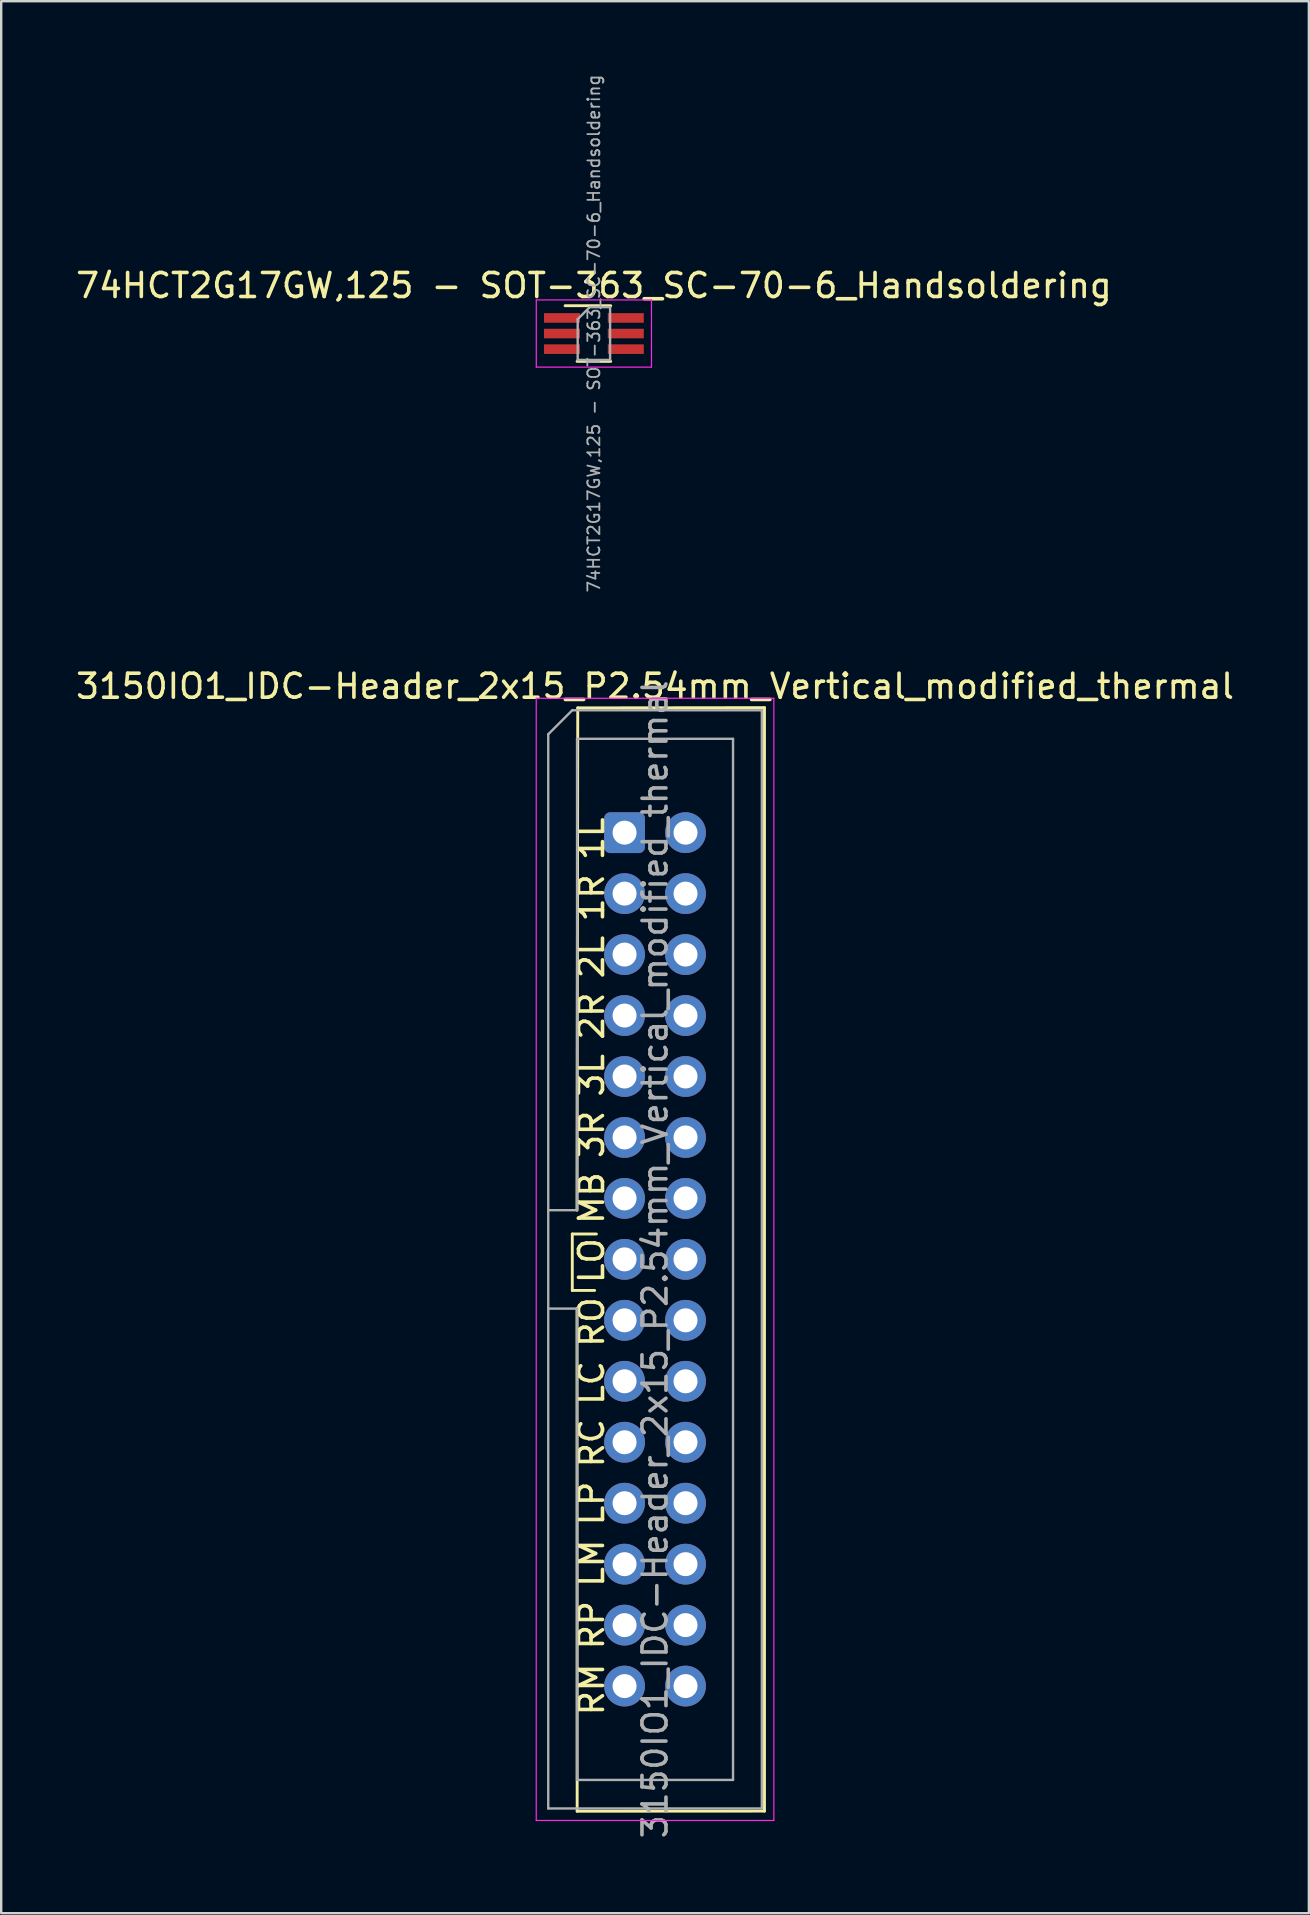
<source format=kicad_pcb>
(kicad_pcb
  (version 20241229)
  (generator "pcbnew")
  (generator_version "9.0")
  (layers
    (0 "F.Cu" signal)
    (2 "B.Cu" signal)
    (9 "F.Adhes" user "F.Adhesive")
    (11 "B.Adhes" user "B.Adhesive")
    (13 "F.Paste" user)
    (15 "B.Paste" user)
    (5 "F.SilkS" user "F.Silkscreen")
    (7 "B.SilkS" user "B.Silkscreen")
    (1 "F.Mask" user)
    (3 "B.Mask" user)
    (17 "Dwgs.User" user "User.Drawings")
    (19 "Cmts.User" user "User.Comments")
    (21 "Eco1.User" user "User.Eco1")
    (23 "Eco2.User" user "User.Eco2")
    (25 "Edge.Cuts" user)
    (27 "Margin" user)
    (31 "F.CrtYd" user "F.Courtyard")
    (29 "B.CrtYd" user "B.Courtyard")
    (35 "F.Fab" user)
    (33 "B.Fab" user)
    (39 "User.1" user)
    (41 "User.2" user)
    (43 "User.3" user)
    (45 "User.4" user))
  (footprint "3150IO1_IDC-Header_2x15_P2.54mm_Vertical_modified_thermal"
    (layer "F.Cu")
    (at 22.974 31.645)
    (property "Reference" "3150IO1_IDC-Header_2x15_P2.54mm_Vertical_modified_thermal" (at 1.27 -6.1 0) (layer "F.SilkS") (effects (font (size 1 1) (thickness 0.15))))
    (attr through_hole)
    (fp_line (start -2.178 16.723) (end -1.173 16.723) (stroke (width 0.12) (type solid)) (layer "F.SilkS"))
    (fp_line (start -2.178 19.075) (end -2.178 16.723) (stroke (width 0.12) (type solid)) (layer "F.SilkS"))
    (fp_line (start -1.98 15.73) (end -1.95 -5.2) (stroke (width 0.12) (type solid)) (layer "F.SilkS"))
    (fp_line (start -1.98 19.83) (end -1.98 19.83) (stroke (width 0.12) (type solid)) (layer "F.SilkS"))
    (fp_line (start -1.975 40.775) (end -1.98 19.83) (stroke (width 0.12) (type solid)) (layer "F.SilkS"))
    (fp_line (start -1.95 -5.2) (end 5.83 -5.21) (stroke (width 0.12) (type solid)) (layer "F.SilkS"))
    (fp_line (start -1.248 19.075) (end -2.178 19.075) (stroke (width 0.12) (type solid)) (layer "F.SilkS"))
    (fp_line (start 5.83 -5.21) (end 5.83 40.77) (stroke (width 0.12) (type solid)) (layer "F.SilkS"))
    (fp_line (start 5.83 40.77) (end -1.975 40.775) (stroke (width 0.12) (type solid)) (layer "F.SilkS"))
    (fp_line (start -3.68 -5.6) (end -3.68 41.16) (stroke (width 0.05) (type solid)) (layer "F.CrtYd"))
    (fp_line (start -3.68 41.16) (end 6.22 41.16) (stroke (width 0.05) (type solid)) (layer "F.CrtYd"))
    (fp_line (start 6.22 -5.6) (end -3.68 -5.6) (stroke (width 0.05) (type solid)) (layer "F.CrtYd"))
    (fp_line (start 6.22 41.16) (end 6.22 -5.6) (stroke (width 0.05) (type solid)) (layer "F.CrtYd"))
    (fp_line (start -3.18 -4.1) (end -2.18 -5.1) (stroke (width 0.1) (type solid)) (layer "F.Fab"))
    (fp_line (start -3.18 15.73) (end -1.98 15.73) (stroke (width 0.1) (type solid)) (layer "F.Fab"))
    (fp_line (start -3.18 40.66) (end -3.18 -4.1) (stroke (width 0.1) (type solid)) (layer "F.Fab"))
    (fp_line (start -2.18 -5.1) (end 5.72 -5.1) (stroke (width 0.1) (type solid)) (layer "F.Fab"))
    (fp_line (start -1.98 -3.91) (end 4.52 -3.91) (stroke (width 0.1) (type solid)) (layer "F.Fab"))
    (fp_line (start -1.98 15.73) (end -1.98 -3.91) (stroke (width 0.1) (type solid)) (layer "F.Fab"))
    (fp_line (start -1.98 19.83) (end -3.18 19.83) (stroke (width 0.1) (type solid)) (layer "F.Fab"))
    (fp_line (start -1.98 19.83) (end -1.98 19.83) (stroke (width 0.1) (type solid)) (layer "F.Fab"))
    (fp_line (start -1.98 39.47) (end -1.98 19.83) (stroke (width 0.1) (type solid)) (layer "F.Fab"))
    (fp_line (start 4.52 -3.91) (end 4.52 39.47) (stroke (width 0.1) (type solid)) (layer "F.Fab"))
    (fp_line (start 4.52 39.47) (end -1.98 39.47) (stroke (width 0.1) (type solid)) (layer "F.Fab"))
    (fp_line (start 5.72 -5.1) (end 5.72 40.66) (stroke (width 0.1) (type solid)) (layer "F.Fab"))
    (fp_line (start 5.72 40.66) (end -3.18 40.66) (stroke (width 0.1) (type solid)) (layer "F.Fab"))
    (fp_text user "RO" (at -1.375 20.393 90) (unlocked yes) (layer "F.SilkS") (effects (font (size 1 1) (thickness 0.15))))
    (fp_text user "LP" (at -1.375 27.951 90) (unlocked yes) (layer "F.SilkS") (effects (font (size 1 1) (thickness 0.15))))
    (fp_text user "LM" (at -1.375 30.439 90) (unlocked yes) (layer "F.SilkS") (effects (font (size 1 1) (thickness 0.15))))
    (fp_text user "2R" (at -1.375 7.645 90) (unlocked yes) (layer "F.SilkS") (effects (font (size 1 1) (thickness 0.15))))
    (fp_text user "LO" (at -1.375 17.834 90) (unlocked yes) (layer "F.SilkS") (effects (font (size 1 1) (thickness 0.15))))
    (fp_text user "3L" (at -1.375 10.109 90) (unlocked yes) (layer "F.SilkS") (effects (font (size 1 1) (thickness 0.15))))
    (fp_text user "RM" (at -1.375 35.7 90) (unlocked yes) (layer "F.SilkS") (effects (font (size 1 1) (thickness 0.15))))
    (fp_text user "MB" (at -1.375 15.227 90) (unlocked yes) (layer "F.SilkS") (effects (font (size 1 1) (thickness 0.15))))
    (fp_text user "RC" (at -1.375 25.44 90) (unlocked yes) (layer "F.SilkS") (effects (font (size 1 1) (thickness 0.15))))
    (fp_text user "LC" (at -1.375 22.928 90) (unlocked yes) (layer "F.SilkS") (effects (font (size 1 1) (thickness 0.15))))
    (fp_text user "RP" (at -1.375 33.022 90) (unlocked yes) (layer "F.SilkS") (effects (font (size 1 1) (thickness 0.15))))
    (fp_text user "1L" (at -1.375 0.254 90) (unlocked yes) (layer "F.SilkS") (effects (font (size 1 1) (thickness 0.15))))
    (fp_text user "1R" (at -1.375 2.718 90) (unlocked yes) (layer "F.SilkS") (effects (font (size 1 1) (thickness 0.15))))
    (fp_text user "3R" (at -1.375 12.573 90) (unlocked yes) (layer "F.SilkS") (effects (font (size 1 1) (thickness 0.15))))
    (fp_text user "2L" (at -1.375 5.181 90) (unlocked yes) (layer "F.SilkS") (effects (font (size 1 1) (thickness 0.15))))
    (fp_text user "${REFERENCE}" (at 1.27 17.78 90) (layer "F.Fab") (effects (font (size 1 1) (thickness 0.15))))
    (pad "1" thru_hole roundrect (at 0 0) (size 1.7 1.7) (drill 1) (layers "*.Cu" "*.Mask") (roundrect_rratio 0.147))
    (pad "2" thru_hole circle (at 2.54 0 45) (size 1.7 1.7) (drill 1) (layers "*.Cu" "*.Mask"))
    (pad "3" thru_hole circle (at 0 2.54) (size 1.7 1.7) (drill 1) (layers "*.Cu" "*.Mask"))
    (pad "4" thru_hole circle (at 2.54 2.54 45) (size 1.7 1.7) (drill 1) (layers "*.Cu" "*.Mask"))
    (pad "5" thru_hole circle (at 0 5.08) (size 1.7 1.7) (drill 1) (layers "*.Cu" "*.Mask"))
    (pad "6" thru_hole circle (at 2.54 5.08 45) (size 1.7 1.7) (drill 1) (layers "*.Cu" "*.Mask"))
    (pad "7" thru_hole circle (at 0 7.62) (size 1.7 1.7) (drill 1) (layers "*.Cu" "*.Mask"))
    (pad "8" thru_hole circle (at 2.54 7.62 45) (size 1.7 1.7) (drill 1) (layers "*.Cu" "*.Mask"))
    (pad "9" thru_hole circle (at 0 10.16) (size 1.7 1.7) (drill 1) (layers "*.Cu" "*.Mask"))
    (pad "10" thru_hole circle (at 2.54 10.16 45) (size 1.7 1.7) (drill 1) (layers "*.Cu" "*.Mask"))
    (pad "11" thru_hole circle (at 0 12.7) (size 1.7 1.7) (drill 1) (layers "*.Cu" "*.Mask"))
    (pad "12" thru_hole circle (at 2.54 12.7 45) (size 1.7 1.7) (drill 1) (layers "*.Cu" "*.Mask"))
    (pad "13" thru_hole circle (at 0 15.24) (size 1.7 1.7) (drill 1) (layers "*.Cu" "*.Mask"))
    (pad "14" thru_hole circle (at 2.54 15.24 45) (size 1.7 1.7) (drill 1) (layers "*.Cu" "*.Mask"))
    (pad "15" thru_hole circle (at 0 17.78) (size 1.7 1.7) (drill 1) (layers "*.Cu" "*.Mask"))
    (pad "16" thru_hole circle (at 2.54 17.78 45) (size 1.7 1.7) (drill 1) (layers "*.Cu" "*.Mask"))
    (pad "17" thru_hole circle (at 0 20.32) (size 1.7 1.7) (drill 1) (layers "*.Cu" "*.Mask"))
    (pad "18" thru_hole circle (at 2.54 20.32 45) (size 1.7 1.7) (drill 1) (layers "*.Cu" "*.Mask"))
    (pad "19" thru_hole circle (at 0 22.86) (size 1.7 1.7) (drill 1) (layers "*.Cu" "*.Mask"))
    (pad "20" thru_hole circle (at 2.54 22.86 45) (size 1.7 1.7) (drill 1) (layers "*.Cu" "*.Mask"))
    (pad "21" thru_hole circle (at 0 25.4) (size 1.7 1.7) (drill 1) (layers "*.Cu" "*.Mask"))
    (pad "22" thru_hole circle (at 2.54 25.4 45) (size 1.7 1.7) (drill 1) (layers "*.Cu" "*.Mask"))
    (pad "23" thru_hole circle (at 0 27.94) (size 1.7 1.7) (drill 1) (layers "*.Cu" "*.Mask"))
    (pad "24" thru_hole circle (at 2.54 27.94 45) (size 1.7 1.7) (drill 1) (layers "*.Cu" "*.Mask"))
    (pad "25" thru_hole circle (at 0 30.48) (size 1.7 1.7) (drill 1) (layers "*.Cu" "*.Mask"))
    (pad "26" thru_hole circle (at 2.54 30.48 45) (size 1.7 1.7) (drill 1) (layers "*.Cu" "*.Mask"))
    (pad "27" thru_hole circle (at 0 33.02) (size 1.7 1.7) (drill 1) (layers "*.Cu" "*.Mask"))
    (pad "28" thru_hole circle (at 2.54 33.02 45) (size 1.7 1.7) (drill 1) (layers "*.Cu" "*.Mask"))
    (pad "29" thru_hole circle (at 0 35.56) (size 1.7 1.7) (drill 1) (layers "*.Cu" "*.Mask"))
    (pad "30" thru_hole circle (at 2.54 35.56 45) (size 1.7 1.7) (drill 1) (layers "*.Cu" "*.Mask")))
  (footprint "74HCT2G17GW,125 - SOT-363_SC-70-6_Handsoldering"
    (layer "F.Cu")
    (at 21.696 10.848)
    (property "Reference" "74HCT2G17GW,125 - SOT-363_SC-70-6_Handsoldering" (at 0 -2 0) (layer "F.SilkS") (effects (font (size 1 1) (thickness 0.15))))
    (attr smd)
    (fp_line (start -0.7 1.16) (end 0.7 1.16) (stroke (width 0.12) (type solid)) (layer "F.SilkS"))
    (fp_line (start 0.7 -1.16) (end -1.2 -1.16) (stroke (width 0.12) (type solid)) (layer "F.SilkS"))
    (fp_line (start -2.4 -1.4) (end -2.4 1.4) (stroke (width 0.05) (type solid)) (layer "F.CrtYd"))
    (fp_line (start -2.4 -1.4) (end 2.4 -1.4) (stroke (width 0.05) (type solid)) (layer "F.CrtYd"))
    (fp_line (start -2.4 1.4) (end 2.4 1.4) (stroke (width 0.05) (type solid)) (layer "F.CrtYd"))
    (fp_line (start 2.4 1.4) (end 2.4 -1.4) (stroke (width 0.05) (type solid)) (layer "F.CrtYd"))
    (fp_line (start -0.675 -0.6) (end -0.675 1.1) (stroke (width 0.1) (type solid)) (layer "F.Fab"))
    (fp_line (start -0.175 -1.1) (end -0.675 -0.6) (stroke (width 0.1) (type solid)) (layer "F.Fab"))
    (fp_line (start 0.675 -1.1) (end -0.175 -1.1) (stroke (width 0.1) (type solid)) (layer "F.Fab"))
    (fp_line (start 0.675 -1.1) (end 0.675 1.1) (stroke (width 0.1) (type solid)) (layer "F.Fab"))
    (fp_line (start 0.675 1.1) (end -0.675 1.1) (stroke (width 0.1) (type solid)) (layer "F.Fab"))
    (fp_text user "${REFERENCE}" (at 0 0 90) (layer "F.Fab") (effects (font (size 0.5 0.5) (thickness 0.075))))
    (pad "1" smd rect (at -1.33 -0.65) (size 1.5 0.4) (layers "F.Cu" "F.Mask" "F.Paste"))
    (pad "2" smd rect (at -1.33 0) (size 1.5 0.4) (layers "F.Cu" "F.Mask" "F.Paste"))
    (pad "3" smd rect (at -1.33 0.65) (size 1.5 0.4) (layers "F.Cu" "F.Mask" "F.Paste"))
    (pad "4" smd rect (at 1.33 0.65) (size 1.5 0.4) (layers "F.Cu" "F.Mask" "F.Paste"))
    (pad "5" smd rect (at 1.33 0) (size 1.5 0.4) (layers "F.Cu" "F.Mask" "F.Paste"))
    (pad "6" smd rect (at 1.33 -0.65) (size 1.5 0.4) (layers "F.Cu" "F.Mask" "F.Paste")))
  (gr_rect
    (start -3 -3)
    (end 51.488 76.669)
    (stroke (width 0.1) (type default))
    (fill no)
    (layer "Edge.Cuts")))
</source>
